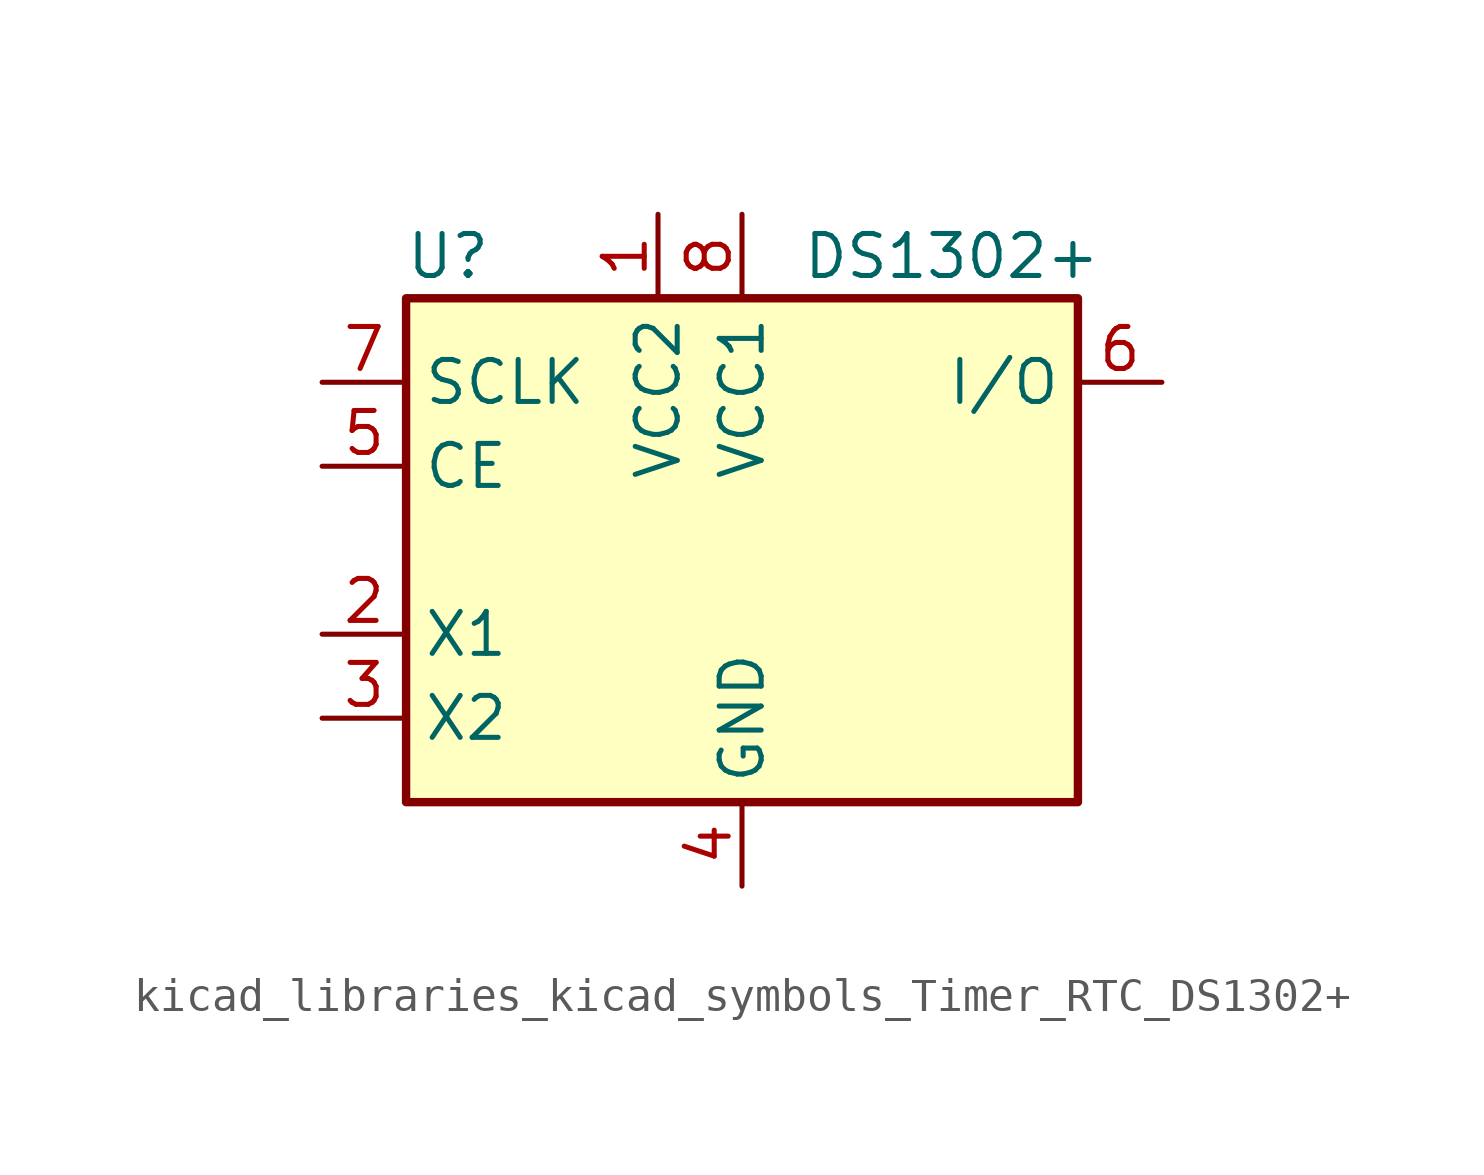
<source format=kicad_sym>
(kicad_symbol_lib
  (version 20220914)
  (generator kicad_symbol_editor)
  (symbol "kicad_libraries_kicad_symbols_Timer_RTC_DS1302+"
    (property "Reference" "U"
      (at -8.89 8.89 0)
      (effects (font (size 1.27 1.27))))
    (property "Value" "DS1302+"
      (at 6.35 8.89 0)
      (effects (font (size 1.27 1.27))))
    (symbol "kicad_libraries_kicad_symbols_Timer_RTC_DS1302+_1_1"
      (rectangle (start -10.16 7.62) (end 10.16 -7.62) (stroke (width 0.254) (type default)) (fill (type background)))
      (pin power_in line (at -2.54 10.16 270) (length 2.54) (name "VCC2" (effects (font (size 1.27 1.27)))) (number "1" (effects (font (size 1.27 1.27)))))
      (pin input line (at -12.7 -2.54 0) (length 2.54) (name "X1" (effects (font (size 1.27 1.27)))) (number "2" (effects (font (size 1.27 1.27)))))
      (pin input line (at -12.7 -5.08 0) (length 2.54) (name "X2" (effects (font (size 1.27 1.27)))) (number "3" (effects (font (size 1.27 1.27)))))
      (pin power_in line (at 0 -10.16 90) (length 2.54) (name "GND" (effects (font (size 1.27 1.27)))) (number "4" (effects (font (size 1.27 1.27)))))
      (pin input line (at -12.7 2.54 0) (length 2.54) (name "CE" (effects (font (size 1.27 1.27)))) (number "5" (effects (font (size 1.27 1.27)))))
      (pin bidirectional line (at 12.7 5.08 180) (length 2.54) (name "I/O" (effects (font (size 1.27 1.27)))) (number "6" (effects (font (size 1.27 1.27)))))
      (pin input line (at -12.7 5.08 0) (length 2.54) (name "SCLK" (effects (font (size 1.27 1.27)))) (number "7" (effects (font (size 1.27 1.27)))))
      (pin power_in line (at 0 10.16 270) (length 2.54) (name "VCC1" (effects (font (size 1.27 1.27)))) (number "8" (effects (font (size 1.27 1.27))))))))
</source>
